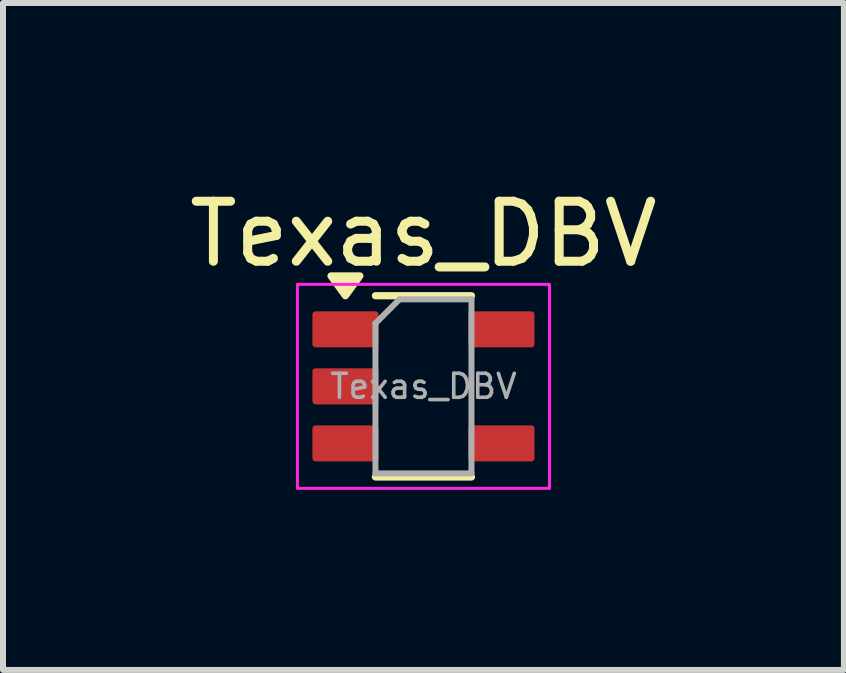
<source format=kicad_pcb>
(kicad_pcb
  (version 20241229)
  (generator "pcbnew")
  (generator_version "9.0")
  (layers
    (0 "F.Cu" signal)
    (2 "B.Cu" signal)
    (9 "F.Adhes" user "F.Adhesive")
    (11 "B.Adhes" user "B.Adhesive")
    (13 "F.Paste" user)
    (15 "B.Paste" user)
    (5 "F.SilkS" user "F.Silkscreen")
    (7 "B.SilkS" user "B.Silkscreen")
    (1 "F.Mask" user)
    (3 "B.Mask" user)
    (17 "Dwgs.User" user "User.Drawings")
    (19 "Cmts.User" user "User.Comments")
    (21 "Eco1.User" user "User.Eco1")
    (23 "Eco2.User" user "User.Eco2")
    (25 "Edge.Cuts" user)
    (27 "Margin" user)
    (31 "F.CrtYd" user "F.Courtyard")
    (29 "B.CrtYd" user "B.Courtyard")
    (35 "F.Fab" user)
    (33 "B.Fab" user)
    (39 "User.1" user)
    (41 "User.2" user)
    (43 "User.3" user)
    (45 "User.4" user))
  (footprint "Texas_DBV"
    (layer "F.Cu")
    (at 4.006 3.388)
    (property "Reference" "Texas_DBV" (at 0 -2.54 0) (layer "F.SilkS") (effects (font (size 1 1) (thickness 0.15))))
    (attr smd)
    (fp_line (start -0.8 -1.51) (end 0.8 -1.51) (stroke (width 0.12) (type solid)) (layer "F.SilkS"))
    (fp_line (start -0.8 1.51) (end 0.8 1.51) (stroke (width 0.12) (type solid)) (layer "F.SilkS"))
    (fp_poly (pts (xy -1.3 -1.51) (xy -1.54 -1.84) (xy -1.06 -1.84)) (stroke (width 0.12) (type solid)) (fill yes) (layer "F.SilkS"))
    (fp_rect (start -2.1 -1.7) (end 2.1 1.7) (stroke (width 0.05) (type solid)) (fill no) (layer "F.CrtYd"))
    (fp_line (start -0.8 -1.05) (end -0.4 -1.45) (stroke (width 0.1) (type solid)) (layer "F.Fab"))
    (fp_line (start -0.8 1.45) (end -0.8 -1.05) (stroke (width 0.1) (type solid)) (layer "F.Fab"))
    (fp_line (start -0.4 -1.45) (end 0.8 -1.45) (stroke (width 0.1) (type solid)) (layer "F.Fab"))
    (fp_line (start 0.8 -1.45) (end 0.8 1.45) (stroke (width 0.1) (type solid)) (layer "F.Fab"))
    (fp_line (start 0.8 1.45) (end -0.8 1.45) (stroke (width 0.1) (type solid)) (layer "F.Fab"))
    (fp_text user "${REFERENCE}" (at 0 0 0) (layer "F.Fab") (effects (font (size 0.4 0.4) (thickness 0.06))))
    (pad "1" smd roundrect (at -1.3 -0.95) (size 1.1 0.6) (layers "F.Cu" "F.Mask" "F.Paste") (roundrect_rratio 0.083))
    (pad "2" smd roundrect (at -1.3 0) (size 1.1 0.6) (layers "F.Cu" "F.Mask" "F.Paste") (roundrect_rratio 0.083))
    (pad "3" smd roundrect (at -1.3 0.95) (size 1.1 0.6) (layers "F.Cu" "F.Mask" "F.Paste") (roundrect_rratio 0.083))
    (pad "4" smd roundrect (at 1.3 0.95) (size 1.1 0.6) (layers "F.Cu" "F.Mask" "F.Paste") (roundrect_rratio 0.083))
    (pad "5" smd roundrect (at 1.3 -0.95) (size 1.1 0.6) (layers "F.Cu" "F.Mask" "F.Paste") (roundrect_rratio 0.083)))
  (gr_rect
    (start -3 -3)
    (end 11.012 8.113)
    (stroke (width 0.1) (type default))
    (fill no)
    (layer "Edge.Cuts")))
</source>
